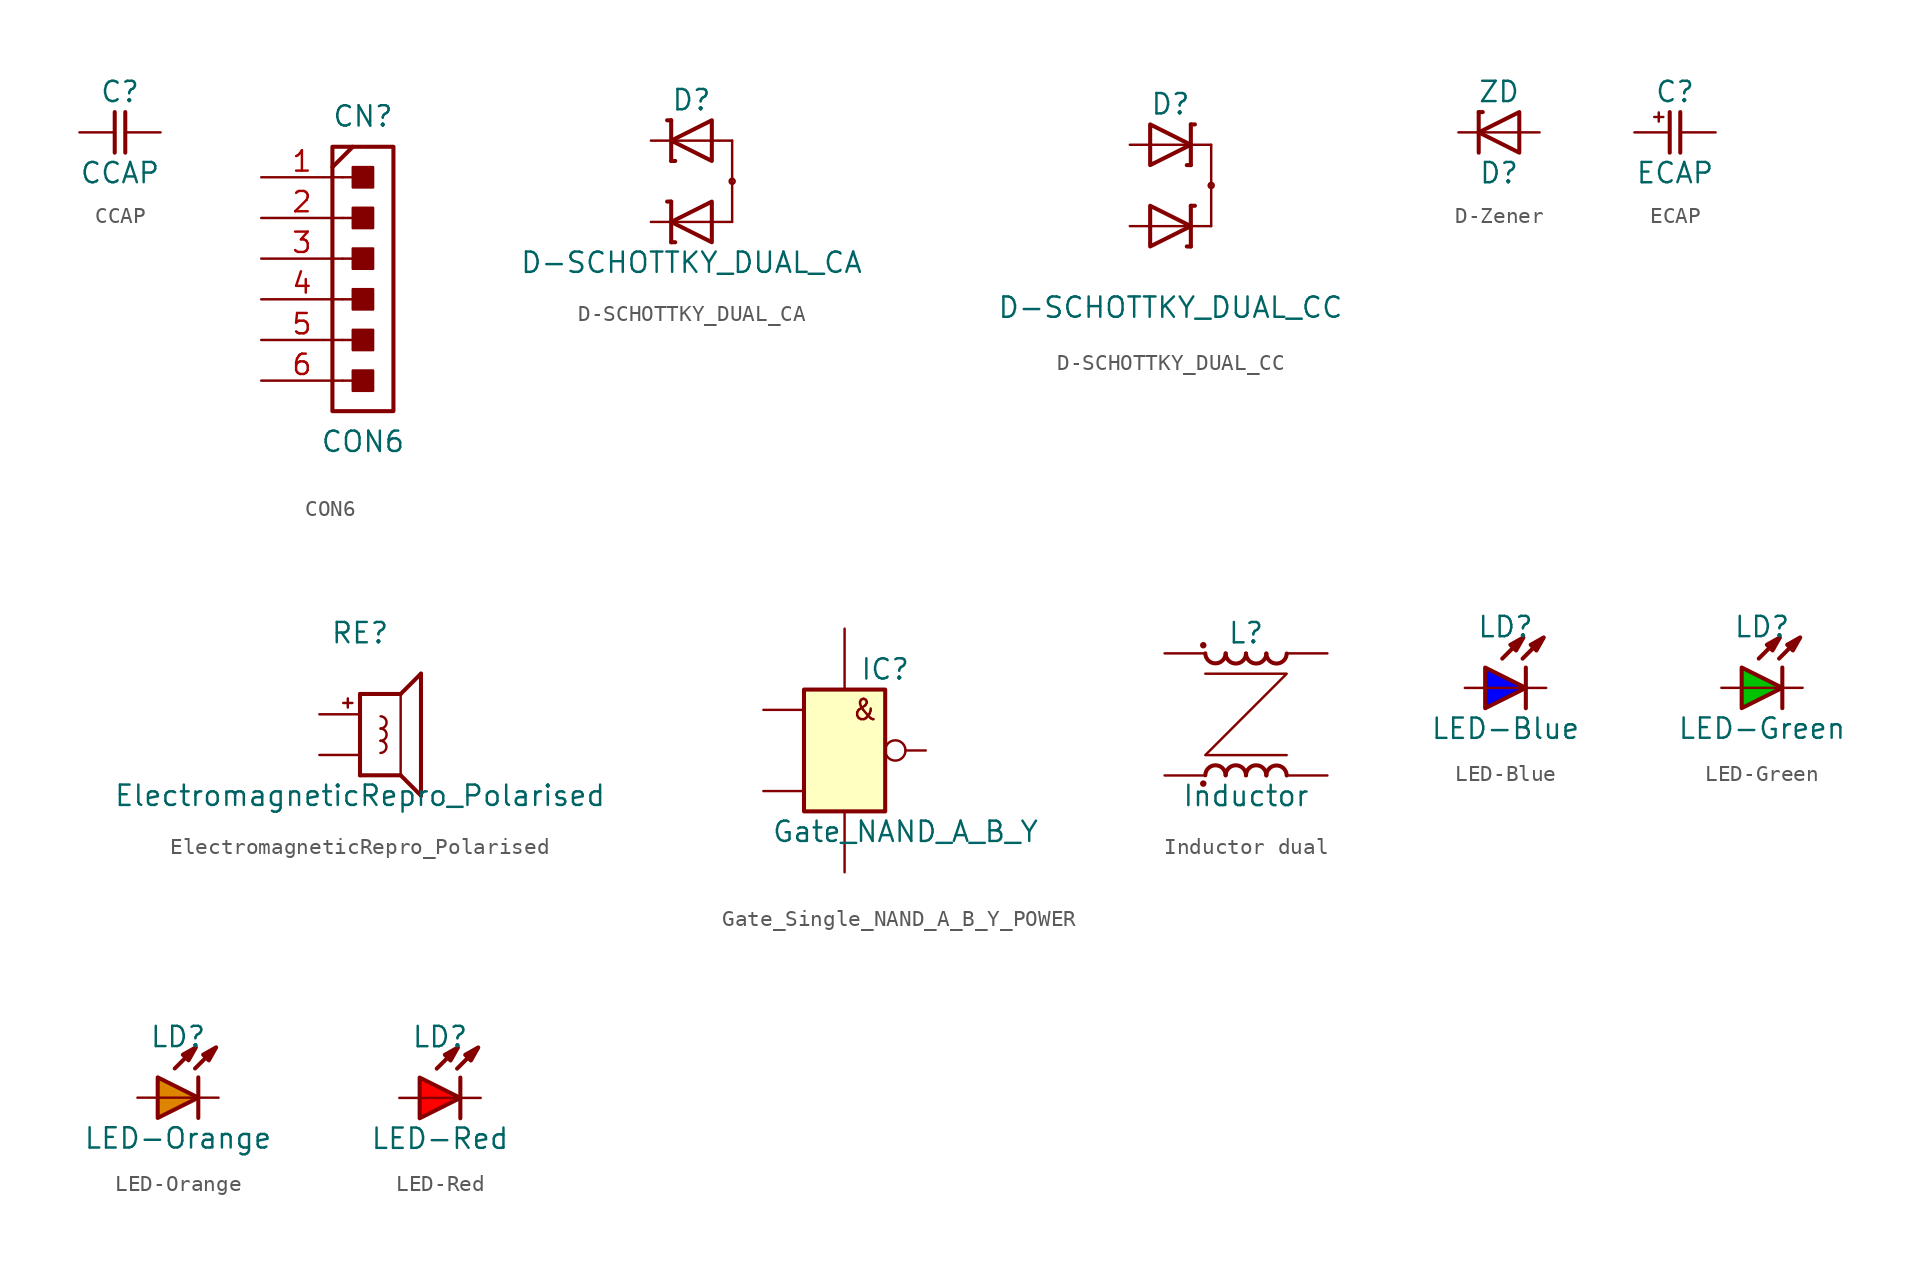
<source format=kicad_sym>
(kicad_symbol_lib
  (version 20241209)
  (generator "kicad_symbol_editor")
  (generator_version "9.0")
  (symbol "CCAP"
    (pin_numbers
      (hide yes))
    (pin_names
      (offset 0)
      (hide yes))
    (property "Reference" "C"
      (at 0 2.54 0)
      (effects (font (size 1.27 1.27))))
    (property "Value" "CCAP"
      (at 0 -2.54 0)
      (effects (font (size 1.27 1.27))))
    (symbol "CCAP_0_1"
      (polyline (pts (xy -0.33 1.27) (xy -0.33 -1.27)) (stroke (width 0.254) (type default)) (fill (type none)))
      (polyline (pts (xy 0.33 1.27) (xy 0.33 -1.27)) (stroke (width 0.254) (type default)) (fill (type none))))
    (symbol "CCAP_1_1"
      (pin passive line (at -2.54 0 0) (length 2.21) (name "1" (effects (font (size 1.27 1.27)))) (number "1" (effects (font (size 1.27 1.27)))))
      (pin passive line (at 2.54 0 180) (length 2.21) (name "2" (effects (font (size 1.27 1.27)))) (number "2" (effects (font (size 1.27 1.27)))))))
  (symbol "CON6"
    (pin_names
      (offset 1.016)
      (hide yes))
    (property "Reference" "CN"
      (at 1.27 8.89 0)
      (effects (font (size 1.27 1.27))))
    (property "Value" "CON6"
      (at 1.27 -11.43 0)
      (effects (font (size 1.27 1.27))))
    (symbol "CON6_1_0"
      (polyline (pts (xy -0.635 5.715) (xy 0.635 6.985)) (stroke (width 0.254) (type default)) (fill (type none)))
      (polyline (pts (xy 0 5.08) (xy 1.27 5.08)) (stroke (width 0) (type default)) (fill (type none)))
      (polyline (pts (xy 0 2.54) (xy 1.27 2.54)) (stroke (width 0) (type default)) (fill (type none)))
      (polyline (pts (xy 0 0) (xy 1.27 0)) (stroke (width 0) (type default)) (fill (type none)))
      (polyline (pts (xy 0 -2.54) (xy 1.27 -2.54)) (stroke (width 0) (type default)) (fill (type none)))
      (polyline (pts (xy 0 -5.08) (xy 1.27 -5.08)) (stroke (width 0) (type default)) (fill (type none)))
      (polyline (pts (xy 0 -7.62) (xy 1.27 -7.62)) (stroke (width 0) (type default)) (fill (type none))))
    (symbol "CON6_1_1"
      (rectangle (start -0.635 6.985) (end 3.175 -9.525) (stroke (width 0.254) (type default)) (fill (type none)))
      (rectangle (start 0.635 4.445) (end 1.905 5.715) (stroke (width 0) (type default)) (fill (type outline)))
      (rectangle (start 0.635 1.905) (end 1.905 3.175) (stroke (width 0) (type default)) (fill (type outline)))
      (rectangle (start 0.635 -0.635) (end 1.905 0.635) (stroke (width 0) (type default)) (fill (type outline)))
      (rectangle (start 0.635 -3.175) (end 1.905 -1.905) (stroke (width 0) (type default)) (fill (type outline)))
      (rectangle (start 0.635 -5.715) (end 1.905 -4.445) (stroke (width 0) (type default)) (fill (type outline)))
      (rectangle (start 0.635 -8.255) (end 1.905 -6.985) (stroke (width 0) (type default)) (fill (type outline)))
      (pin passive line (at -5.08 5.08 0) (length 5.08) (name "1" (effects (font (size 1.27 1.27)))) (number "1" (effects (font (size 1.27 1.27)))))
      (pin passive line (at -5.08 2.54 0) (length 5.08) (name "2" (effects (font (size 1.27 1.27)))) (number "2" (effects (font (size 1.27 1.27)))))
      (pin passive line (at -5.08 0 0) (length 5.08) (name "3" (effects (font (size 1.27 1.27)))) (number "3" (effects (font (size 1.27 1.27)))))
      (pin passive line (at -5.08 -2.54 0) (length 5.08) (name "4" (effects (font (size 1.27 1.27)))) (number "4" (effects (font (size 1.27 1.27)))))
      (pin passive line (at -5.08 -5.08 0) (length 5.08) (name "5" (effects (font (size 1.27 1.27)))) (number "5" (effects (font (size 1.27 1.27)))))
      (pin passive line (at -5.08 -7.62 0) (length 5.08) (name "6" (effects (font (size 1.27 1.27)))) (number "6" (effects (font (size 1.27 1.27)))))))
  (symbol "D-SCHOTTKY_DUAL_CA"
    (pin_numbers
      (hide yes))
    (pin_names
      (offset 1.016)
      (hide yes))
    (property "Reference" "D"
      (at 0 5.08 0)
      (effects (font (size 1.27 1.27))))
    (property "Value" "D-SCHOTTKY_DUAL_CA"
      (at 0 -5.08 0)
      (effects (font (size 1.27 1.27))))
    (symbol "D-SCHOTTKY_DUAL_CA_0_0"
      (polyline (pts (xy -1.27 2.54) (xy 1.27 2.54)) (stroke (width 0.152) (type default)) (fill (type none)))
      (polyline (pts (xy -1.27 -2.54) (xy 1.27 -2.54)) (stroke (width 0.152) (type default)) (fill (type none)))
      (polyline (pts (xy 2.54 2.54) (xy 1.27 2.54)) (stroke (width 0.152) (type default)) (fill (type none)))
      (polyline (pts (xy 2.54 2.54) (xy 2.54 -2.54)) (stroke (width 0.152) (type default)) (fill (type none)))
      (polyline (pts (xy 2.54 -2.54) (xy 1.27 -2.54)) (stroke (width 0.152) (type default)) (fill (type none))))
    (symbol "D-SCHOTTKY_DUAL_CA_0_1"
      (polyline (pts (xy -1.524 3.81) (xy -1.27 3.81)) (stroke (width 0.254) (type default)) (fill (type none)))
      (polyline (pts (xy -1.524 -1.27) (xy -1.27 -1.27)) (stroke (width 0.254) (type default)) (fill (type none)))
      (polyline (pts (xy -1.27 3.81) (xy -1.27 1.27)) (stroke (width 0.254) (type default)) (fill (type none)))
      (polyline (pts (xy -1.27 1.27) (xy -1.016 1.27)) (stroke (width 0.254) (type default)) (fill (type none)))
      (polyline (pts (xy -1.27 -1.27) (xy -1.27 -3.81)) (stroke (width 0.254) (type default)) (fill (type none)))
      (polyline (pts (xy -1.27 -3.81) (xy -1.016 -3.81)) (stroke (width 0.254) (type default)) (fill (type none)))
      (polyline (pts (xy 1.27 3.81) (xy 1.27 1.27) (xy -1.27 2.54) (xy 1.27 3.81)) (stroke (width 0.254) (type default)) (fill (type none)))
      (polyline (pts (xy 1.27 -1.27) (xy 1.27 -3.81) (xy -1.27 -2.54) (xy 1.27 -1.27)) (stroke (width 0.254) (type default)) (fill (type none)))
      (circle (center 2.54 0) (radius 0.159) (stroke (width 0) (type default)) (fill (type none))))
    (symbol "D-SCHOTTKY_DUAL_CA_1_1"
      (pin passive line (at -2.54 2.54 0) (length 1.27) (name "C1" (effects (font (size 1.27 1.27)))) (number "1" (effects (font (size 1.27 1.27)))))
      (pin passive line (at -2.54 -2.54 0) (length 1.27) (name "C2" (effects (font (size 1.27 1.27)))) (number "2" (effects (font (size 1.27 1.27)))))
      (pin passive line (at 2.54 0 180) (length 0) (name "CA" (effects (font (size 1.27 1.27)))) (number "3" (effects (font (size 1.27 1.27)))))))
  (symbol "D-SCHOTTKY_DUAL_CC"
    (pin_numbers
      (hide yes))
    (pin_names
      (offset 1.016)
      (hide yes))
    (property "Reference" "D"
      (at 0 5.08 0)
      (effects (font (size 1.27 1.27))))
    (property "Value" "D-SCHOTTKY_DUAL_CC"
      (at 0 -7.62 0)
      (effects (font (size 1.27 1.27))))
    (symbol "D-SCHOTTKY_DUAL_CC_0_0"
      (polyline (pts (xy 1.27 2.54) (xy -1.27 2.54)) (stroke (width 0.152) (type default)) (fill (type none)))
      (polyline (pts (xy 1.27 -2.54) (xy -1.27 -2.54)) (stroke (width 0.152) (type default)) (fill (type none)))
      (polyline (pts (xy 2.54 2.54) (xy 1.27 2.54)) (stroke (width 0.152) (type default)) (fill (type none)))
      (polyline (pts (xy 2.54 2.54) (xy 2.54 -2.54)) (stroke (width 0.152) (type default)) (fill (type none)))
      (polyline (pts (xy 2.54 -2.54) (xy 1.27 -2.54)) (stroke (width 0.152) (type default)) (fill (type none))))
    (symbol "D-SCHOTTKY_DUAL_CC_0_1"
      (polyline (pts (xy -1.27 3.81) (xy -1.27 1.27) (xy 1.27 2.54) (xy -1.27 3.81)) (stroke (width 0.254) (type default)) (fill (type none)))
      (polyline (pts (xy -1.27 -1.27) (xy -1.27 -3.81) (xy 1.27 -2.54) (xy -1.27 -1.27)) (stroke (width 0.254) (type default)) (fill (type none)))
      (polyline (pts (xy 1.27 3.81) (xy 1.27 1.27)) (stroke (width 0.254) (type default)) (fill (type none)))
      (polyline (pts (xy 1.27 1.27) (xy 1.016 1.27)) (stroke (width 0.254) (type default)) (fill (type none)))
      (polyline (pts (xy 1.27 -1.27) (xy 1.27 -3.81)) (stroke (width 0.254) (type default)) (fill (type none)))
      (polyline (pts (xy 1.27 -3.81) (xy 1.016 -3.81)) (stroke (width 0.254) (type default)) (fill (type none)))
      (polyline (pts (xy 1.524 3.81) (xy 1.27 3.81)) (stroke (width 0.254) (type default)) (fill (type none)))
      (polyline (pts (xy 1.524 -1.27) (xy 1.27 -1.27)) (stroke (width 0.254) (type default)) (fill (type none)))
      (circle (center 2.54 0) (radius 0.159) (stroke (width 0) (type default)) (fill (type none))))
    (symbol "D-SCHOTTKY_DUAL_CC_1_1"
      (pin passive line (at -2.54 2.54 0) (length 1.27) (name "A1" (effects (font (size 1.27 1.27)))) (number "1" (effects (font (size 1.27 1.27)))))
      (pin passive line (at -2.54 -2.54 0) (length 1.27) (name "A2" (effects (font (size 1.27 1.27)))) (number "2" (effects (font (size 1.27 1.27)))))
      (pin passive line (at 2.54 0 180) (length 0) (name "CC" (effects (font (size 1.27 1.27)))) (number "3" (effects (font (size 1.27 1.27)))))))
  (symbol "D-Zener"
    (pin_numbers
      (hide yes))
    (pin_names
      (offset 1.016)
      (hide yes))
    (property "Reference" "D"
      (at 0 -2.54 0)
      (effects (font (size 1.27 1.27))))
    (property "Value" "ZD"
      (at 0 2.54 0)
      (effects (font (size 1.27 1.27))))
    (symbol "D-Zener_0_0"
      (polyline (pts (xy -1.27 0) (xy 1.27 0)) (stroke (width 0.152) (type default)) (fill (type none))))
    (symbol "D-Zener_0_1"
      (polyline (pts (xy -1.27 1.27) (xy -1.016 1.27)) (stroke (width 0.254) (type default)) (fill (type none)))
      (polyline (pts (xy -1.27 -1.27) (xy -1.27 1.27)) (stroke (width 0.254) (type default)) (fill (type none)))
      (polyline (pts (xy 1.27 -1.27) (xy 1.27 1.27) (xy -1.27 0) (xy 1.27 -1.27)) (stroke (width 0.254) (type default)) (fill (type none))))
    (symbol "D-Zener_1_1"
      (pin passive line (at -2.54 0 0) (length 1.27) (name "C" (effects (font (size 1.27 1.27)))) (number "1" (effects (font (size 1.27 1.27)))))
      (pin passive line (at 2.54 0 180) (length 1.27) (name "A" (effects (font (size 1.27 1.27)))) (number "2" (effects (font (size 1.27 1.27)))))))
  (symbol "ECAP"
    (pin_numbers
      (hide yes))
    (pin_names
      (offset 0)
      (hide yes))
    (property "Reference" "C"
      (at 0 2.54 0)
      (effects (font (size 1.27 1.27))))
    (property "Value" "ECAP"
      (at 0 -2.54 0)
      (effects (font (size 1.27 1.27))))
    (symbol "ECAP_0_0"
      (text "+" (at -1.016 1.016 0) (effects (font (size 0.75 0.75)))))
    (symbol "ECAP_0_1"
      (polyline (pts (xy -0.33 1.27) (xy -0.33 -1.27)) (stroke (width 0.254) (type default)) (fill (type none)))
      (polyline (pts (xy 0.33 1.27) (xy 0.33 -1.27)) (stroke (width 0.254) (type default)) (fill (type none))))
    (symbol "ECAP_1_1"
      (pin passive line (at -2.54 0 0) (length 2.21) (name "1" (effects (font (size 1.27 1.27)))) (number "1" (effects (font (size 1.27 1.27)))))
      (pin passive line (at 2.54 0 180) (length 2.21) (name "2" (effects (font (size 1.27 1.27)))) (number "2" (effects (font (size 1.27 1.27)))))))
  (symbol "ElectromagneticRepro_Polarised"
    (pin_numbers
      (hide yes))
    (pin_names
      (offset 1.016)
      (hide yes))
    (property "Reference" "RE"
      (at 0 5.08 0)
      (effects (font (size 1.27 1.27))))
    (property "Value" "ElectromagneticRepro_Polarised"
      (at 0 -5.08 0)
      (effects (font (size 1.27 1.27))))
    (symbol "ElectromagneticRepro_Polarised_0_0"
      (text "+" (at -0.762 0.762 0) (effects (font (size 0.75 0.75)))))
    (symbol "ElectromagneticRepro_Polarised_0_1"
      (arc (start 1.2787 -1.651) (mid 1.6511 -2.032) (end 1.2787 -2.413) (stroke (width 0) (type default)) (fill (type none)))
      (arc (start 1.2874 -0.127) (mid 1.6598 -0.508) (end 1.2874 -0.889) (stroke (width 0) (type default)) (fill (type none)))
      (arc (start 1.2874 -0.889) (mid 1.6598 -1.27) (end 1.2874 -1.651) (stroke (width 0) (type default)) (fill (type none))))
    (symbol "ElectromagneticRepro_Polarised_1_0"
      (polyline (pts (xy 0 -3.81) (xy 0 1.27)) (stroke (width 0.254) (type default)) (fill (type none)))
      (polyline (pts (xy 0 -3.81) (xy 2.54 -3.81)) (stroke (width 0.254) (type default)) (fill (type none)))
      (polyline (pts (xy 2.54 1.27) (xy 0 1.27)) (stroke (width 0.254) (type default)) (fill (type none)))
      (polyline (pts (xy 2.54 1.27) (xy 3.81 2.54)) (stroke (width 0.254) (type default)) (fill (type none)))
      (polyline (pts (xy 2.54 -3.81) (xy 2.54 1.27)) (stroke (width 0.152) (type default)) (fill (type none)))
      (polyline (pts (xy 3.81 2.54) (xy 3.81 -5.08)) (stroke (width 0.254) (type default)) (fill (type none)))
      (polyline (pts (xy 3.81 -5.08) (xy 2.54 -3.81)) (stroke (width 0.254) (type default)) (fill (type none))))
    (symbol "ElectromagneticRepro_Polarised_1_1"
      (pin passive line (at -2.54 0 0) (length 2.54) (name "1" (effects (font (size 1.27 1.27)))) (number "1" (effects (font (size 1.27 1.27)))))
      (pin passive line (at -2.54 -2.54 0) (length 2.54) (name "2" (effects (font (size 1.27 1.27)))) (number "2" (effects (font (size 1.27 1.27)))))))
  (symbol "Gate_Single_NAND_A_B_Y_POWER"
    (pin_numbers
      (hide yes))
    (pin_names
      (offset 1.016)
      (hide yes))
    (property "Reference" "IC"
      (at 2.54 5.08 0)
      (effects (font (size 1.27 1.27))))
    (property "Value" "Gate_NAND_A_B_Y"
      (at 3.81 -5.08 0)
      (effects (font (size 1.27 1.27))))
    (symbol "Gate_Single_NAND_A_B_Y_POWER_0_1"
      (rectangle (start -2.54 3.81) (end 2.54 -3.81) (stroke (width 0.254) (type default)) (fill (type background))))
    (symbol "Gate_Single_NAND_A_B_Y_POWER_1_1"
      (text "&" (at 1.27 2.54 0) (effects (font (size 1.27 1.27))))
      (pin input line (at -5.08 2.54 0) (length 2.54) (name "A" (effects (font (size 1.27 1.27)))) (number "" (effects (font (size 1.27 1.27)))))
      (pin input line (at -5.08 -2.54 0) (length 2.54) (name "B" (effects (font (size 1.27 1.27)))) (number "" (effects (font (size 1.27 1.27)))))
      (pin power_in line (at 0 7.62 270) (length 3.81) (name "VCC" (effects (font (size 1.27 1.27)))) (number "" (effects (font (size 1.27 1.27)))))
      (pin power_in line (at 0 -7.62 90) (length 3.81) (name "GND" (effects (font (size 1.27 1.27)))) (number "" (effects (font (size 1.27 1.27)))))
      (pin output inverted (at 5.08 0 180) (length 2.54) (name "Y" (effects (font (size 1.27 1.27)))) (number "" (effects (font (size 1.27 1.27)))))))
  (symbol "Inductor dual"
    (pin_numbers
      (hide yes))
    (pin_names
      (offset 0)
      (hide yes))
    (property "Reference" "L"
      (at 0 3.81 0)
      (effects (font (size 1.27 1.27))))
    (property "Value" "Inductor"
      (at 0 -6.35 0)
      (effects (font (size 1.27 1.27))))
    (symbol "Inductor dual_0_1"
      (polyline (pts (xy -2.54 1.27) (xy 2.54 1.27) (xy -2.54 -3.81) (xy 2.54 -3.81)) (stroke (width 0) (type default)) (fill (type none))))
    (symbol "Inductor dual_1_1"
      (circle (center -2.667 3.048) (radius 0.127) (stroke (width 0) (type default)) (fill (type outline)))
      (circle (center -2.667 -5.588) (radius 0.127) (stroke (width 0) (type default)) (fill (type outline)))
      (arc (start -1.27 2.54) (mid -1.905 1.9162) (end -2.54 2.54) (stroke (width 0.254) (type default)) (fill (type none)))
      (arc (start -2.54 -5.0687) (mid -1.905 -4.4449) (end -1.27 -5.0687) (stroke (width 0.254) (type default)) (fill (type none)))
      (arc (start 0 2.5287) (mid -0.635 1.9049) (end -1.27 2.5287) (stroke (width 0.254) (type default)) (fill (type none)))
      (arc (start -1.27 -5.0687) (mid -0.635 -4.4449) (end 0 -5.0687) (stroke (width 0.254) (type default)) (fill (type none)))
      (arc (start 1.27 2.5287) (mid 0.635 1.9049) (end 0 2.5287) (stroke (width 0.254) (type default)) (fill (type none)))
      (arc (start 0 -5.0687) (mid 0.635 -4.4449) (end 1.27 -5.0687) (stroke (width 0.254) (type default)) (fill (type none)))
      (arc (start 2.54 2.5287) (mid 1.905 1.9049) (end 1.27 2.5287) (stroke (width 0.254) (type default)) (fill (type none)))
      (arc (start 1.27 -5.08) (mid 1.905 -4.4562) (end 2.54 -5.08) (stroke (width 0.254) (type default)) (fill (type none)))
      (pin passive line (at -5.08 2.54 0) (length 2.54) (name "1" (effects (font (size 1.27 1.27)))) (number "1" (effects (font (size 1.27 1.27)))))
      (pin passive line (at -5.08 -5.08 0) (length 2.54) (name "2" (effects (font (size 1.27 1.27)))) (number "2" (effects (font (size 1.27 1.27)))))
      (pin passive line (at 5.08 2.54 180) (length 2.54) (name "3" (effects (font (size 1.27 1.27)))) (number "3" (effects (font (size 1.27 1.27)))))
      (pin passive line (at 5.08 -5.08 180) (length 2.54) (name "4" (effects (font (size 1.27 1.27)))) (number "4" (effects (font (size 1.27 1.27)))))))
  (symbol "LED-Blue"
    (pin_numbers
      (hide yes))
    (pin_names
      (offset 1.016)
      (hide yes))
    (property "Reference" "LD"
      (at 0 3.81 0)
      (effects (font (size 1.27 1.27))))
    (property "Value" "LED-Blue"
      (at 0 -2.54 0)
      (effects (font (size 1.27 1.27))))
    (symbol "LED-Blue_0_0"
      (polyline (pts (xy -0.203 1.829) (xy 1.067 3.099)) (stroke (width 0.254) (type default)) (fill (type none)))
      (polyline (pts (xy 1.067 1.829) (xy 2.337 3.099)) (stroke (width 0.254) (type default)) (fill (type none)))
      (polyline (pts (xy 1.118 3.15) (xy 0.66 2.337) (xy 0.305 2.692) (xy 1.118 3.15)) (stroke (width 0.254) (type default)) (fill (type outline)))
      (polyline (pts (xy 1.27 0) (xy -1.27 0)) (stroke (width 0.152) (type default)) (fill (type none)))
      (polyline (pts (xy 2.388 3.15) (xy 1.93 2.337) (xy 1.575 2.692) (xy 2.388 3.15)) (stroke (width 0.254) (type default)) (fill (type outline))))
    (symbol "LED-Blue_0_1"
      (polyline (pts (xy 1.27 1.27) (xy 1.27 -1.27)) (stroke (width 0.254) (type default)) (fill (type none))))
    (symbol "LED-Blue_1_1"
      (polyline (pts (xy -1.27 1.27) (xy -1.27 -1.27) (xy 1.27 0) (xy -1.27 1.27)) (stroke (width 0.254) (type default)) (fill (type color) (color 0 0 255 1)))
      (pin passive line (at -2.54 0 0) (length 1.27) (name "A" (effects (font (size 1.27 1.27)))) (number "2" (effects (font (size 1.27 1.27)))))
      (pin passive line (at 2.54 0 180) (length 1.27) (name "C" (effects (font (size 1.27 1.27)))) (number "1" (effects (font (size 1.27 1.27)))))))
  (symbol "LED-Green"
    (pin_numbers
      (hide yes))
    (pin_names
      (offset 1.016)
      (hide yes))
    (property "Reference" "LD"
      (at 0 3.81 0)
      (effects (font (size 1.27 1.27))))
    (property "Value" "LED-Green"
      (at 0 -2.54 0)
      (effects (font (size 1.27 1.27))))
    (symbol "LED-Green_0_0"
      (polyline (pts (xy -0.203 1.829) (xy 1.067 3.099)) (stroke (width 0.254) (type default)) (fill (type none)))
      (polyline (pts (xy 1.067 1.829) (xy 2.337 3.099)) (stroke (width 0.254) (type default)) (fill (type none)))
      (polyline (pts (xy 1.118 3.15) (xy 0.66 2.337) (xy 0.305 2.692) (xy 1.118 3.15)) (stroke (width 0.254) (type default)) (fill (type outline)))
      (polyline (pts (xy 1.27 0) (xy -1.27 0)) (stroke (width 0.152) (type default)) (fill (type none)))
      (polyline (pts (xy 2.388 3.15) (xy 1.93 2.337) (xy 1.575 2.692) (xy 2.388 3.15)) (stroke (width 0.254) (type default)) (fill (type outline))))
    (symbol "LED-Green_0_1"
      (polyline (pts (xy -1.27 1.27) (xy -1.27 -1.27) (xy 1.27 0) (xy -1.27 1.27)) (stroke (width 0.254) (type default)) (fill (type color) (color 0 194 0 1)))
      (polyline (pts (xy 1.27 1.27) (xy 1.27 -1.27)) (stroke (width 0.254) (type default)) (fill (type none))))
    (symbol "LED-Green_1_1"
      (pin passive line (at -2.54 0 0) (length 1.27) (name "A" (effects (font (size 1.27 1.27)))) (number "2" (effects (font (size 1.27 1.27)))))
      (pin passive line (at 2.54 0 180) (length 1.27) (name "C" (effects (font (size 1.27 1.27)))) (number "1" (effects (font (size 1.27 1.27)))))))
  (symbol "LED-Orange"
    (pin_numbers
      (hide yes))
    (pin_names
      (offset 1.016)
      (hide yes))
    (property "Reference" "LD"
      (at 0 3.81 0)
      (effects (font (size 1.27 1.27))))
    (property "Value" "LED-Orange"
      (at 0 -2.54 0)
      (effects (font (size 1.27 1.27))))
    (symbol "LED-Orange_0_0"
      (polyline (pts (xy -0.203 1.829) (xy 1.067 3.099)) (stroke (width 0.254) (type default)) (fill (type none)))
      (polyline (pts (xy 1.067 1.829) (xy 2.337 3.099)) (stroke (width 0.254) (type default)) (fill (type none)))
      (polyline (pts (xy 1.118 3.15) (xy 0.66 2.337) (xy 0.305 2.692) (xy 1.118 3.15)) (stroke (width 0.254) (type default)) (fill (type outline)))
      (polyline (pts (xy 1.27 0) (xy -1.27 0)) (stroke (width 0.152) (type default)) (fill (type none)))
      (polyline (pts (xy 2.388 3.15) (xy 1.93 2.337) (xy 1.575 2.692) (xy 2.388 3.15)) (stroke (width 0.254) (type default)) (fill (type outline))))
    (symbol "LED-Orange_0_1"
      (polyline (pts (xy 1.27 1.27) (xy 1.27 -1.27)) (stroke (width 0.254) (type default)) (fill (type none))))
    (symbol "LED-Orange_1_1"
      (polyline (pts (xy -1.27 1.27) (xy -1.27 -1.27) (xy 1.27 0) (xy -1.27 1.27)) (stroke (width 0.254) (type default)) (fill (type color) (color 221 133 0 1)))
      (pin passive line (at -2.54 0 0) (length 1.27) (name "A" (effects (font (size 1.27 1.27)))) (number "2" (effects (font (size 1.27 1.27)))))
      (pin passive line (at 2.54 0 180) (length 1.27) (name "C" (effects (font (size 1.27 1.27)))) (number "1" (effects (font (size 1.27 1.27)))))))
  (symbol "LED-Red"
    (pin_numbers
      (hide yes))
    (pin_names
      (offset 1.016)
      (hide yes))
    (property "Reference" "LD"
      (at 0 3.81 0)
      (effects (font (size 1.27 1.27))))
    (property "Value" "LED-Red"
      (at 0 -2.54 0)
      (effects (font (size 1.27 1.27))))
    (symbol "LED-Red_0_0"
      (polyline (pts (xy -0.203 1.829) (xy 1.067 3.099)) (stroke (width 0.254) (type default)) (fill (type none)))
      (polyline (pts (xy 1.067 1.829) (xy 2.337 3.099)) (stroke (width 0.254) (type default)) (fill (type none)))
      (polyline (pts (xy 1.118 3.15) (xy 0.66 2.337) (xy 0.305 2.692) (xy 1.118 3.15)) (stroke (width 0.254) (type default)) (fill (type outline)))
      (polyline (pts (xy 1.27 0) (xy -1.27 0)) (stroke (width 0.152) (type default)) (fill (type none)))
      (polyline (pts (xy 2.388 3.15) (xy 1.93 2.337) (xy 1.575 2.692) (xy 2.388 3.15)) (stroke (width 0.254) (type default)) (fill (type outline))))
    (symbol "LED-Red_0_1"
      (polyline (pts (xy -1.27 1.27) (xy -1.27 -1.27) (xy 1.27 0) (xy -1.27 1.27)) (stroke (width 0.254) (type default)) (fill (type color) (color 255 0 0 1)))
      (polyline (pts (xy 1.27 1.27) (xy 1.27 -1.27)) (stroke (width 0.254) (type default)) (fill (type none))))
    (symbol "LED-Red_1_1"
      (pin passive line (at -2.54 0 0) (length 1.27) (name "A" (effects (font (size 1.27 1.27)))) (number "2" (effects (font (size 1.27 1.27)))))
      (pin passive line (at 2.54 0 180) (length 1.27) (name "C" (effects (font (size 1.27 1.27)))) (number "1" (effects (font (size 1.27 1.27))))))))
</source>
